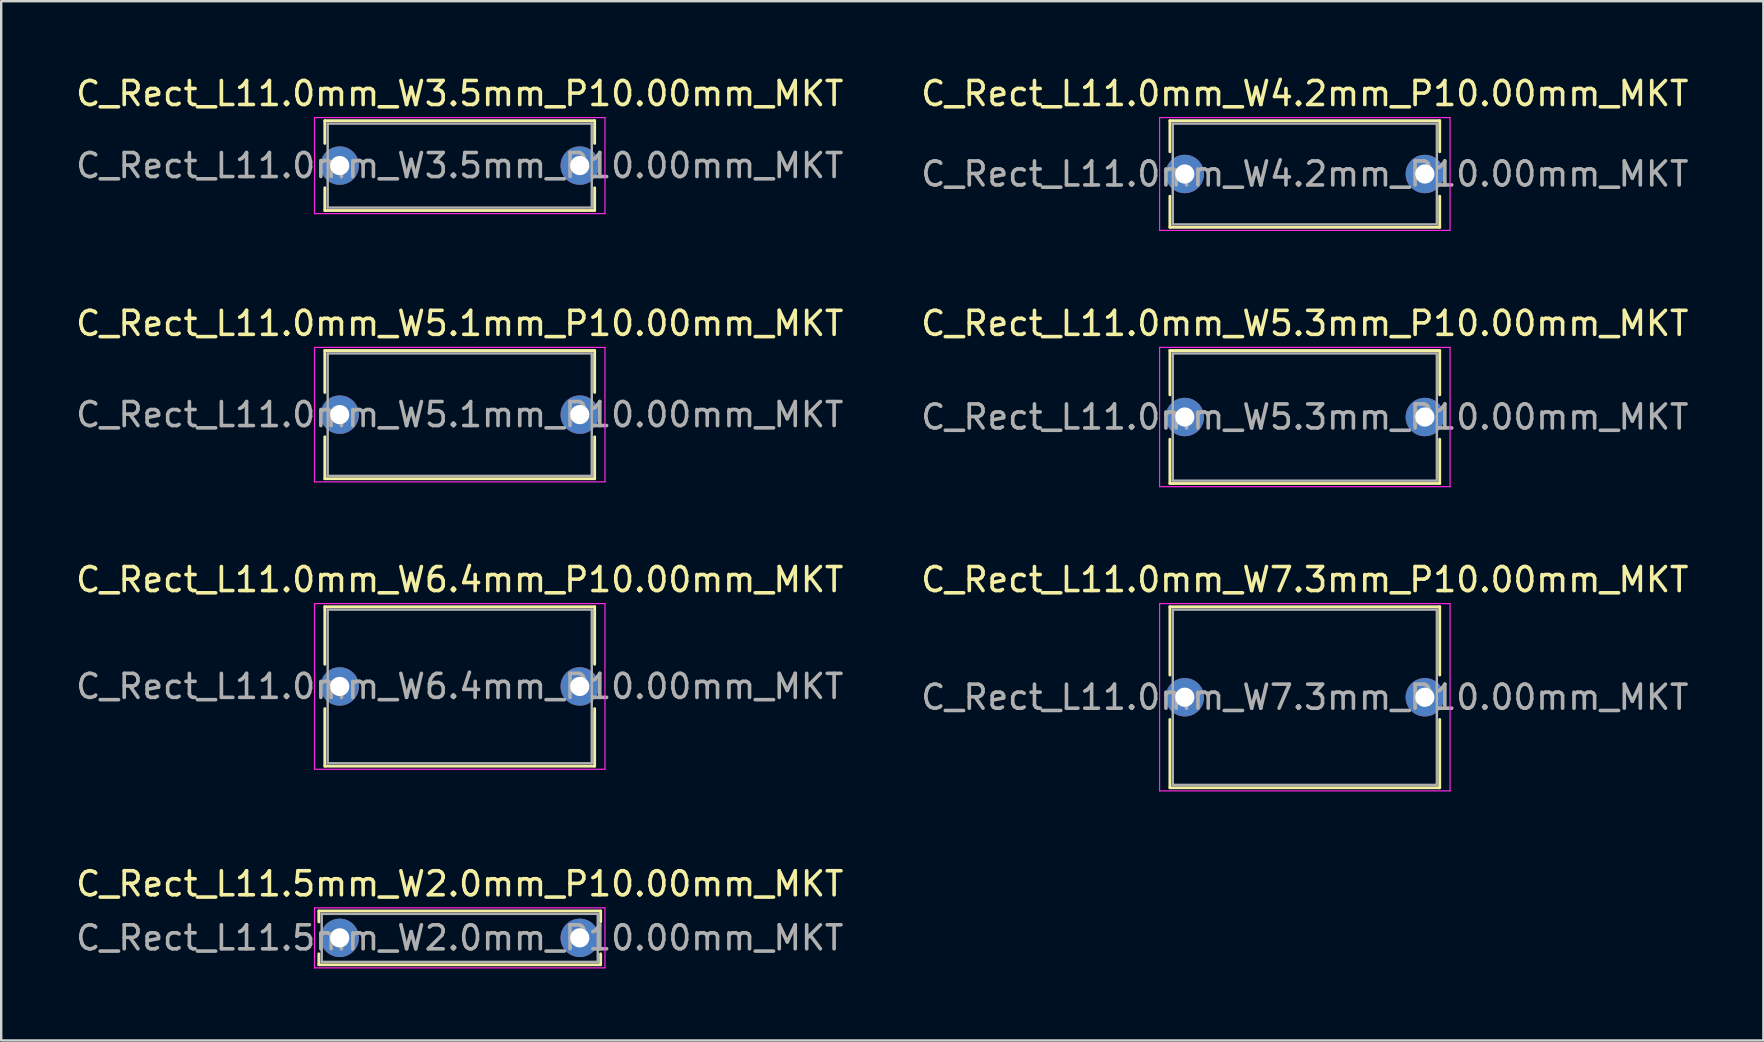
<source format=kicad_pcb>
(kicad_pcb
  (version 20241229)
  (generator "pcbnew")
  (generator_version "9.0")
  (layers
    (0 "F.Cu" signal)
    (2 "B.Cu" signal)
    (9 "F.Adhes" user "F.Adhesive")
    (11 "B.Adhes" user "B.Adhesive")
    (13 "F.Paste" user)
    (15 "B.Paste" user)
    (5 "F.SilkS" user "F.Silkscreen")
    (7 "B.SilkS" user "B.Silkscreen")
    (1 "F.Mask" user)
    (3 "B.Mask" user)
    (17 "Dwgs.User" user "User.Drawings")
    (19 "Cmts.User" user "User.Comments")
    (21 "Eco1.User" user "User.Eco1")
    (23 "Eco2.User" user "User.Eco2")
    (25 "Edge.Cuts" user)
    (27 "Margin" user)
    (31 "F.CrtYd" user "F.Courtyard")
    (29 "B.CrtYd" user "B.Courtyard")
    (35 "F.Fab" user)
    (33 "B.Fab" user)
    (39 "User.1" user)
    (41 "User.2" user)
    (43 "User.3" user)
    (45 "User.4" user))
  (footprint "C_Rect_L11.0mm_W5.3mm_P10.00mm_MKT"
    (layer "F.Cu")
    (at 46.304 14.322)
    (property "Reference" "C_Rect_L11.0mm_W5.3mm_P10.00mm_MKT" (at 5 -3.9 0) (layer "F.SilkS") (effects (font (size 1 1) (thickness 0.15))))
    (attr through_hole)
    (fp_line (start -0.62 -2.77) (end -0.62 -0.925) (stroke (width 0.12) (type solid)) (layer "F.SilkS"))
    (fp_line (start -0.62 -2.77) (end 10.62 -2.77) (stroke (width 0.12) (type solid)) (layer "F.SilkS"))
    (fp_line (start -0.62 0.925) (end -0.62 2.77) (stroke (width 0.12) (type solid)) (layer "F.SilkS"))
    (fp_line (start -0.62 2.77) (end 10.62 2.77) (stroke (width 0.12) (type solid)) (layer "F.SilkS"))
    (fp_line (start 10.62 -2.77) (end 10.62 -0.925) (stroke (width 0.12) (type solid)) (layer "F.SilkS"))
    (fp_line (start 10.62 0.925) (end 10.62 2.77) (stroke (width 0.12) (type solid)) (layer "F.SilkS"))
    (fp_line (start -1.05 -2.9) (end -1.05 2.9) (stroke (width 0.05) (type solid)) (layer "F.CrtYd"))
    (fp_line (start -1.05 2.9) (end 11.05 2.9) (stroke (width 0.05) (type solid)) (layer "F.CrtYd"))
    (fp_line (start 11.05 -2.9) (end -1.05 -2.9) (stroke (width 0.05) (type solid)) (layer "F.CrtYd"))
    (fp_line (start 11.05 2.9) (end 11.05 -2.9) (stroke (width 0.05) (type solid)) (layer "F.CrtYd"))
    (fp_line (start -0.5 -2.65) (end -0.5 2.65) (stroke (width 0.1) (type solid)) (layer "F.Fab"))
    (fp_line (start -0.5 2.65) (end 10.5 2.65) (stroke (width 0.1) (type solid)) (layer "F.Fab"))
    (fp_line (start 10.5 -2.65) (end -0.5 -2.65) (stroke (width 0.1) (type solid)) (layer "F.Fab"))
    (fp_line (start 10.5 2.65) (end 10.5 -2.65) (stroke (width 0.1) (type solid)) (layer "F.Fab"))
    (fp_text user "${REFERENCE}" (at 5 0 0) (layer "F.Fab") (effects (font (size 1 1) (thickness 0.15))))
    (pad "1" thru_hole circle (at 0 0) (size 1.6 1.6) (drill 0.8) (layers "*.Cu" "*.Mask"))
    (pad "2" thru_hole circle (at 10 0) (size 1.6 1.6) (drill 0.8) (layers "*.Cu" "*.Mask")))
  (footprint "C_Rect_L11.0mm_W5.1mm_P10.00mm_MKT"
    (layer "F.Cu")
    (at 11.101 14.222)
    (property "Reference" "C_Rect_L11.0mm_W5.1mm_P10.00mm_MKT" (at 5 -3.8 0) (layer "F.SilkS") (effects (font (size 1 1) (thickness 0.15))))
    (attr through_hole)
    (fp_line (start -0.62 -2.67) (end -0.62 -0.925) (stroke (width 0.12) (type solid)) (layer "F.SilkS"))
    (fp_line (start -0.62 -2.67) (end 10.62 -2.67) (stroke (width 0.12) (type solid)) (layer "F.SilkS"))
    (fp_line (start -0.62 0.925) (end -0.62 2.67) (stroke (width 0.12) (type solid)) (layer "F.SilkS"))
    (fp_line (start -0.62 2.67) (end 10.62 2.67) (stroke (width 0.12) (type solid)) (layer "F.SilkS"))
    (fp_line (start 10.62 -2.67) (end 10.62 -0.925) (stroke (width 0.12) (type solid)) (layer "F.SilkS"))
    (fp_line (start 10.62 0.925) (end 10.62 2.67) (stroke (width 0.12) (type solid)) (layer "F.SilkS"))
    (fp_line (start -1.05 -2.8) (end -1.05 2.8) (stroke (width 0.05) (type solid)) (layer "F.CrtYd"))
    (fp_line (start -1.05 2.8) (end 11.05 2.8) (stroke (width 0.05) (type solid)) (layer "F.CrtYd"))
    (fp_line (start 11.05 -2.8) (end -1.05 -2.8) (stroke (width 0.05) (type solid)) (layer "F.CrtYd"))
    (fp_line (start 11.05 2.8) (end 11.05 -2.8) (stroke (width 0.05) (type solid)) (layer "F.CrtYd"))
    (fp_line (start -0.5 -2.55) (end -0.5 2.55) (stroke (width 0.1) (type solid)) (layer "F.Fab"))
    (fp_line (start -0.5 2.55) (end 10.5 2.55) (stroke (width 0.1) (type solid)) (layer "F.Fab"))
    (fp_line (start 10.5 -2.55) (end -0.5 -2.55) (stroke (width 0.1) (type solid)) (layer "F.Fab"))
    (fp_line (start 10.5 2.55) (end 10.5 -2.55) (stroke (width 0.1) (type solid)) (layer "F.Fab"))
    (fp_text user "${REFERENCE}" (at 5 0 0) (layer "F.Fab") (effects (font (size 1 1) (thickness 0.15))))
    (pad "1" thru_hole circle (at 0 0) (size 1.6 1.6) (drill 0.8) (layers "*.Cu" "*.Mask"))
    (pad "2" thru_hole circle (at 10 0) (size 1.6 1.6) (drill 0.8) (layers "*.Cu" "*.Mask")))
  (footprint "C_Rect_L11.0mm_W6.4mm_P10.00mm_MKT"
    (layer "F.Cu")
    (at 11.101 25.545)
    (property "Reference" "C_Rect_L11.0mm_W6.4mm_P10.00mm_MKT" (at 5 -4.45 0) (layer "F.SilkS") (effects (font (size 1 1) (thickness 0.15))))
    (attr through_hole)
    (fp_line (start -0.62 -3.32) (end -0.62 -0.925) (stroke (width 0.12) (type solid)) (layer "F.SilkS"))
    (fp_line (start -0.62 -3.32) (end 10.62 -3.32) (stroke (width 0.12) (type solid)) (layer "F.SilkS"))
    (fp_line (start -0.62 0.925) (end -0.62 3.32) (stroke (width 0.12) (type solid)) (layer "F.SilkS"))
    (fp_line (start -0.62 3.32) (end 10.62 3.32) (stroke (width 0.12) (type solid)) (layer "F.SilkS"))
    (fp_line (start 10.62 -3.32) (end 10.62 -0.925) (stroke (width 0.12) (type solid)) (layer "F.SilkS"))
    (fp_line (start 10.62 0.925) (end 10.62 3.32) (stroke (width 0.12) (type solid)) (layer "F.SilkS"))
    (fp_line (start -1.05 -3.45) (end -1.05 3.45) (stroke (width 0.05) (type solid)) (layer "F.CrtYd"))
    (fp_line (start -1.05 3.45) (end 11.05 3.45) (stroke (width 0.05) (type solid)) (layer "F.CrtYd"))
    (fp_line (start 11.05 -3.45) (end -1.05 -3.45) (stroke (width 0.05) (type solid)) (layer "F.CrtYd"))
    (fp_line (start 11.05 3.45) (end 11.05 -3.45) (stroke (width 0.05) (type solid)) (layer "F.CrtYd"))
    (fp_line (start -0.5 -3.2) (end -0.5 3.2) (stroke (width 0.1) (type solid)) (layer "F.Fab"))
    (fp_line (start -0.5 3.2) (end 10.5 3.2) (stroke (width 0.1) (type solid)) (layer "F.Fab"))
    (fp_line (start 10.5 -3.2) (end -0.5 -3.2) (stroke (width 0.1) (type solid)) (layer "F.Fab"))
    (fp_line (start 10.5 3.2) (end 10.5 -3.2) (stroke (width 0.1) (type solid)) (layer "F.Fab"))
    (fp_text user "${REFERENCE}" (at 5 0 0) (layer "F.Fab") (effects (font (size 1 1) (thickness 0.15))))
    (pad "1" thru_hole circle (at 0 0) (size 1.6 1.6) (drill 0.8) (layers "*.Cu" "*.Mask"))
    (pad "2" thru_hole circle (at 10 0) (size 1.6 1.6) (drill 0.8) (layers "*.Cu" "*.Mask")))
  (footprint "C_Rect_L11.0mm_W7.3mm_P10.00mm_MKT"
    (layer "F.Cu")
    (at 46.304 25.995)
    (property "Reference" "C_Rect_L11.0mm_W7.3mm_P10.00mm_MKT" (at 5 -4.9 0) (layer "F.SilkS") (effects (font (size 1 1) (thickness 0.15))))
    (attr through_hole)
    (fp_line (start -0.62 -3.77) (end -0.62 -0.925) (stroke (width 0.12) (type solid)) (layer "F.SilkS"))
    (fp_line (start -0.62 -3.77) (end 10.62 -3.77) (stroke (width 0.12) (type solid)) (layer "F.SilkS"))
    (fp_line (start -0.62 0.925) (end -0.62 3.77) (stroke (width 0.12) (type solid)) (layer "F.SilkS"))
    (fp_line (start -0.62 3.77) (end 10.62 3.77) (stroke (width 0.12) (type solid)) (layer "F.SilkS"))
    (fp_line (start 10.62 -3.77) (end 10.62 -0.925) (stroke (width 0.12) (type solid)) (layer "F.SilkS"))
    (fp_line (start 10.62 0.925) (end 10.62 3.77) (stroke (width 0.12) (type solid)) (layer "F.SilkS"))
    (fp_line (start -1.05 -3.9) (end -1.05 3.9) (stroke (width 0.05) (type solid)) (layer "F.CrtYd"))
    (fp_line (start -1.05 3.9) (end 11.05 3.9) (stroke (width 0.05) (type solid)) (layer "F.CrtYd"))
    (fp_line (start 11.05 -3.9) (end -1.05 -3.9) (stroke (width 0.05) (type solid)) (layer "F.CrtYd"))
    (fp_line (start 11.05 3.9) (end 11.05 -3.9) (stroke (width 0.05) (type solid)) (layer "F.CrtYd"))
    (fp_line (start -0.5 -3.65) (end -0.5 3.65) (stroke (width 0.1) (type solid)) (layer "F.Fab"))
    (fp_line (start -0.5 3.65) (end 10.5 3.65) (stroke (width 0.1) (type solid)) (layer "F.Fab"))
    (fp_line (start 10.5 -3.65) (end -0.5 -3.65) (stroke (width 0.1) (type solid)) (layer "F.Fab"))
    (fp_line (start 10.5 3.65) (end 10.5 -3.65) (stroke (width 0.1) (type solid)) (layer "F.Fab"))
    (fp_text user "${REFERENCE}" (at 5 0 0) (layer "F.Fab") (effects (font (size 1 1) (thickness 0.15))))
    (pad "1" thru_hole circle (at 0 0) (size 1.6 1.6) (drill 0.8) (layers "*.Cu" "*.Mask"))
    (pad "2" thru_hole circle (at 10 0) (size 1.6 1.6) (drill 0.8) (layers "*.Cu" "*.Mask")))
  (footprint "C_Rect_L11.0mm_W3.5mm_P10.00mm_MKT"
    (layer "F.Cu")
    (at 11.101 3.848)
    (property "Reference" "C_Rect_L11.0mm_W3.5mm_P10.00mm_MKT" (at 5 -3 0) (layer "F.SilkS") (effects (font (size 1 1) (thickness 0.15))))
    (attr through_hole)
    (fp_line (start -0.62 -1.87) (end -0.62 -0.925) (stroke (width 0.12) (type solid)) (layer "F.SilkS"))
    (fp_line (start -0.62 -1.87) (end 10.62 -1.87) (stroke (width 0.12) (type solid)) (layer "F.SilkS"))
    (fp_line (start -0.62 0.925) (end -0.62 1.87) (stroke (width 0.12) (type solid)) (layer "F.SilkS"))
    (fp_line (start -0.62 1.87) (end 10.62 1.87) (stroke (width 0.12) (type solid)) (layer "F.SilkS"))
    (fp_line (start 10.62 -1.87) (end 10.62 -0.925) (stroke (width 0.12) (type solid)) (layer "F.SilkS"))
    (fp_line (start 10.62 0.925) (end 10.62 1.87) (stroke (width 0.12) (type solid)) (layer "F.SilkS"))
    (fp_line (start -1.05 -2) (end -1.05 2) (stroke (width 0.05) (type solid)) (layer "F.CrtYd"))
    (fp_line (start -1.05 2) (end 11.05 2) (stroke (width 0.05) (type solid)) (layer "F.CrtYd"))
    (fp_line (start 11.05 -2) (end -1.05 -2) (stroke (width 0.05) (type solid)) (layer "F.CrtYd"))
    (fp_line (start 11.05 2) (end 11.05 -2) (stroke (width 0.05) (type solid)) (layer "F.CrtYd"))
    (fp_line (start -0.5 -1.75) (end -0.5 1.75) (stroke (width 0.1) (type solid)) (layer "F.Fab"))
    (fp_line (start -0.5 1.75) (end 10.5 1.75) (stroke (width 0.1) (type solid)) (layer "F.Fab"))
    (fp_line (start 10.5 -1.75) (end -0.5 -1.75) (stroke (width 0.1) (type solid)) (layer "F.Fab"))
    (fp_line (start 10.5 1.75) (end 10.5 -1.75) (stroke (width 0.1) (type solid)) (layer "F.Fab"))
    (fp_text user "${REFERENCE}" (at 5 0 0) (layer "F.Fab") (effects (font (size 1 1) (thickness 0.15))))
    (pad "1" thru_hole circle (at 0 0) (size 1.6 1.6) (drill 0.8) (layers "*.Cu" "*.Mask"))
    (pad "2" thru_hole circle (at 10 0) (size 1.6 1.6) (drill 0.8) (layers "*.Cu" "*.Mask")))
  (footprint "C_Rect_L11.5mm_W2.0mm_P10.00mm_MKT"
    (layer "F.Cu")
    (at 11.101 36.018)
    (property "Reference" "C_Rect_L11.5mm_W2.0mm_P10.00mm_MKT" (at 5 -2.25 0) (layer "F.SilkS") (effects (font (size 1 1) (thickness 0.15))))
    (attr through_hole)
    (fp_line (start -0.87 -1.12) (end -0.87 -0.665) (stroke (width 0.12) (type solid)) (layer "F.SilkS"))
    (fp_line (start -0.87 -1.12) (end 10.87 -1.12) (stroke (width 0.12) (type solid)) (layer "F.SilkS"))
    (fp_line (start -0.87 0.665) (end -0.87 1.12) (stroke (width 0.12) (type solid)) (layer "F.SilkS"))
    (fp_line (start -0.87 1.12) (end 10.87 1.12) (stroke (width 0.12) (type solid)) (layer "F.SilkS"))
    (fp_line (start 10.87 -1.12) (end 10.87 -0.665) (stroke (width 0.12) (type solid)) (layer "F.SilkS"))
    (fp_line (start 10.87 0.665) (end 10.87 1.12) (stroke (width 0.12) (type solid)) (layer "F.SilkS"))
    (fp_line (start -1.05 -1.25) (end -1.05 1.25) (stroke (width 0.05) (type solid)) (layer "F.CrtYd"))
    (fp_line (start -1.05 1.25) (end 11.05 1.25) (stroke (width 0.05) (type solid)) (layer "F.CrtYd"))
    (fp_line (start 11.05 -1.25) (end -1.05 -1.25) (stroke (width 0.05) (type solid)) (layer "F.CrtYd"))
    (fp_line (start 11.05 1.25) (end 11.05 -1.25) (stroke (width 0.05) (type solid)) (layer "F.CrtYd"))
    (fp_line (start -0.75 -1) (end -0.75 1) (stroke (width 0.1) (type solid)) (layer "F.Fab"))
    (fp_line (start -0.75 1) (end 10.75 1) (stroke (width 0.1) (type solid)) (layer "F.Fab"))
    (fp_line (start 10.75 -1) (end -0.75 -1) (stroke (width 0.1) (type solid)) (layer "F.Fab"))
    (fp_line (start 10.75 1) (end 10.75 -1) (stroke (width 0.1) (type solid)) (layer "F.Fab"))
    (fp_text user "${REFERENCE}" (at 5 0 0) (layer "F.Fab") (effects (font (size 1 1) (thickness 0.15))))
    (pad "1" thru_hole circle (at 0 0) (size 1.6 1.6) (drill 0.8) (layers "*.Cu" "*.Mask"))
    (pad "2" thru_hole circle (at 10 0) (size 1.6 1.6) (drill 0.8) (layers "*.Cu" "*.Mask")))
  (footprint "C_Rect_L11.0mm_W4.2mm_P10.00mm_MKT"
    (layer "F.Cu")
    (at 46.304 4.198)
    (property "Reference" "C_Rect_L11.0mm_W4.2mm_P10.00mm_MKT" (at 5 -3.35 0) (layer "F.SilkS") (effects (font (size 1 1) (thickness 0.15))))
    (attr through_hole)
    (fp_line (start -0.62 -2.22) (end -0.62 -0.925) (stroke (width 0.12) (type solid)) (layer "F.SilkS"))
    (fp_line (start -0.62 -2.22) (end 10.62 -2.22) (stroke (width 0.12) (type solid)) (layer "F.SilkS"))
    (fp_line (start -0.62 0.925) (end -0.62 2.22) (stroke (width 0.12) (type solid)) (layer "F.SilkS"))
    (fp_line (start -0.62 2.22) (end 10.62 2.22) (stroke (width 0.12) (type solid)) (layer "F.SilkS"))
    (fp_line (start 10.62 -2.22) (end 10.62 -0.925) (stroke (width 0.12) (type solid)) (layer "F.SilkS"))
    (fp_line (start 10.62 0.925) (end 10.62 2.22) (stroke (width 0.12) (type solid)) (layer "F.SilkS"))
    (fp_line (start -1.05 -2.35) (end -1.05 2.35) (stroke (width 0.05) (type solid)) (layer "F.CrtYd"))
    (fp_line (start -1.05 2.35) (end 11.05 2.35) (stroke (width 0.05) (type solid)) (layer "F.CrtYd"))
    (fp_line (start 11.05 -2.35) (end -1.05 -2.35) (stroke (width 0.05) (type solid)) (layer "F.CrtYd"))
    (fp_line (start 11.05 2.35) (end 11.05 -2.35) (stroke (width 0.05) (type solid)) (layer "F.CrtYd"))
    (fp_line (start -0.5 -2.1) (end -0.5 2.1) (stroke (width 0.1) (type solid)) (layer "F.Fab"))
    (fp_line (start -0.5 2.1) (end 10.5 2.1) (stroke (width 0.1) (type solid)) (layer "F.Fab"))
    (fp_line (start 10.5 -2.1) (end -0.5 -2.1) (stroke (width 0.1) (type solid)) (layer "F.Fab"))
    (fp_line (start 10.5 2.1) (end 10.5 -2.1) (stroke (width 0.1) (type solid)) (layer "F.Fab"))
    (fp_text user "${REFERENCE}" (at 5 0 0) (layer "F.Fab") (effects (font (size 1 1) (thickness 0.15))))
    (pad "1" thru_hole circle (at 0 0) (size 1.6 1.6) (drill 0.8) (layers "*.Cu" "*.Mask"))
    (pad "2" thru_hole circle (at 10 0) (size 1.6 1.6) (drill 0.8) (layers "*.Cu" "*.Mask")))
  (gr_rect
    (start -3 -3)
    (end 70.405 40.293)
    (stroke (width 0.1) (type default))
    (fill no)
    (layer "Edge.Cuts")))
</source>
